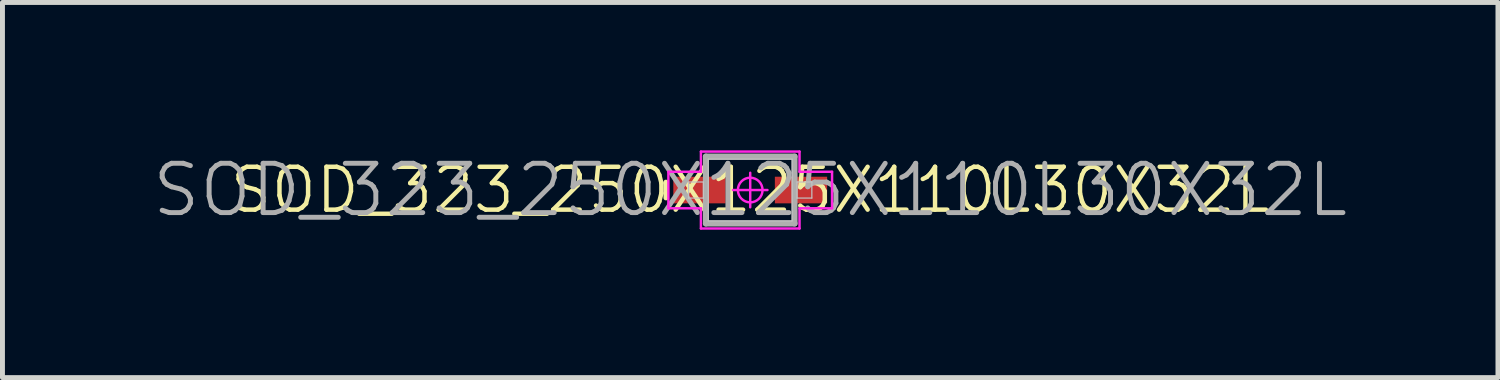
<source format=kicad_pcb>
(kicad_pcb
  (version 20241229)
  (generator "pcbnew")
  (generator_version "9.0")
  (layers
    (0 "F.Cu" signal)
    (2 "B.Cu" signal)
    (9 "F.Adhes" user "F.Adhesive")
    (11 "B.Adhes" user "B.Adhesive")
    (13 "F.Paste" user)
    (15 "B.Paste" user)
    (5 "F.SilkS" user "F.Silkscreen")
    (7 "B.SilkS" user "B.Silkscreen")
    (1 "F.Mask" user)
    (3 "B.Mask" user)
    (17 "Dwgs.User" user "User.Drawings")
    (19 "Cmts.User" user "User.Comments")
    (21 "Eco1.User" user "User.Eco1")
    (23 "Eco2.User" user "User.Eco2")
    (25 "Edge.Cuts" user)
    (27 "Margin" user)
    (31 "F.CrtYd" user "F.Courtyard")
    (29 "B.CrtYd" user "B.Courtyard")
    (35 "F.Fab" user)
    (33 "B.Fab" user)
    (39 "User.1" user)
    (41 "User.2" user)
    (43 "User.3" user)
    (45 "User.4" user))
  (footprint "SOD_323_250X125X110L30X32L"
    (layer "F.Cu")
    (at 12.169 0.805)
    (property "Reference" "SOD_323_250X125X110L30X32L" (at 0 0 0) (layer "F.Fab") (effects (font (size 1 1) (thickness 0.1))))
    (attr smd)
    (fp_line (start -1.71 0.16) (end -1.71 -0.16) (stroke (width 0.1) (type solid)) (layer "F.SilkS"))
    (fp_line (start -0.9 -0.68) (end 0.9 -0.68) (stroke (width 0.1) (type solid)) (layer "F.SilkS"))
    (fp_line (start -0.9 -0.42) (end -0.9 -0.68) (stroke (width 0.1) (type solid)) (layer "F.SilkS"))
    (fp_line (start -0.9 0.68) (end -0.9 0.42) (stroke (width 0.1) (type solid)) (layer "F.SilkS"))
    (fp_line (start 0.9 -0.68) (end 0.9 -0.42) (stroke (width 0.1) (type solid)) (layer "F.SilkS"))
    (fp_line (start 0.9 0.42) (end 0.9 0.68) (stroke (width 0.1) (type solid)) (layer "F.SilkS"))
    (fp_line (start 0.9 0.68) (end -0.9 0.68) (stroke (width 0.1) (type solid)) (layer "F.SilkS"))
    (fp_line (start -1.25 -0.163) (end -0.95 -0.163) (stroke (width 0.025) (type solid)) (layer "Dwgs.User"))
    (fp_line (start -1.25 0.163) (end -1.25 -0.163) (stroke (width 0.025) (type solid)) (layer "Dwgs.User"))
    (fp_line (start -0.95 -0.163) (end -0.95 0.163) (stroke (width 0.025) (type solid)) (layer "Dwgs.User"))
    (fp_line (start -0.95 0.163) (end -1.25 0.163) (stroke (width 0.025) (type solid)) (layer "Dwgs.User"))
    (fp_line (start -0.85 -0.625) (end 0.85 -0.625) (stroke (width 0.025) (type solid)) (layer "Dwgs.User"))
    (fp_line (start -0.85 0.625) (end -0.85 -0.625) (stroke (width 0.025) (type solid)) (layer "Dwgs.User"))
    (fp_line (start 0.85 -0.625) (end 0.85 0.625) (stroke (width 0.025) (type solid)) (layer "Dwgs.User"))
    (fp_line (start 0.85 0.625) (end -0.85 0.625) (stroke (width 0.025) (type solid)) (layer "Dwgs.User"))
    (fp_line (start 0.95 -0.163) (end 1.25 -0.163) (stroke (width 0.025) (type solid)) (layer "Dwgs.User"))
    (fp_line (start 0.95 0.163) (end 0.95 -0.163) (stroke (width 0.025) (type solid)) (layer "Dwgs.User"))
    (fp_line (start 1.25 -0.163) (end 1.25 0.163) (stroke (width 0.025) (type solid)) (layer "Dwgs.User"))
    (fp_line (start 1.25 0.163) (end 0.95 0.163) (stroke (width 0.025) (type solid)) (layer "Dwgs.User"))
    (fp_line (start -1.66 -0.37) (end -1.66 0.37) (stroke (width 0.05) (type solid)) (layer "F.CrtYd"))
    (fp_line (start -1.66 0.37) (end -1 0.37) (stroke (width 0.05) (type solid)) (layer "F.CrtYd"))
    (fp_line (start -1 -0.78) (end -1 -0.37) (stroke (width 0.05) (type solid)) (layer "F.CrtYd"))
    (fp_line (start -1 -0.37) (end -1.66 -0.37) (stroke (width 0.05) (type solid)) (layer "F.CrtYd"))
    (fp_line (start -1 0.37) (end -1 0.78) (stroke (width 0.05) (type solid)) (layer "F.CrtYd"))
    (fp_line (start -1 0.78) (end 1 0.78) (stroke (width 0.05) (type solid)) (layer "F.CrtYd"))
    (fp_line (start 0 -0.35) (end 0 0.35) (stroke (width 0.05) (type solid)) (layer "F.CrtYd"))
    (fp_line (start 0.35 0) (end -0.35 0) (stroke (width 0.05) (type solid)) (layer "F.CrtYd"))
    (fp_line (start 1 -0.78) (end -1 -0.78) (stroke (width 0.05) (type solid)) (layer "F.CrtYd"))
    (fp_line (start 1 -0.37) (end 1 -0.78) (stroke (width 0.05) (type solid)) (layer "F.CrtYd"))
    (fp_line (start 1 0.37) (end 1.66 0.37) (stroke (width 0.05) (type solid)) (layer "F.CrtYd"))
    (fp_line (start 1 0.78) (end 1 0.37) (stroke (width 0.05) (type solid)) (layer "F.CrtYd"))
    (fp_line (start 1.66 -0.37) (end 1 -0.37) (stroke (width 0.05) (type solid)) (layer "F.CrtYd"))
    (fp_line (start 1.66 0.37) (end 1.66 -0.37) (stroke (width 0.05) (type solid)) (layer "F.CrtYd"))
    (fp_circle (center 0 0) (end 0 0.25) (stroke (width 0.05) (type solid)) (fill no) (layer "F.CrtYd"))
    (fp_line (start -0.9 -0.68) (end 0.9 -0.68) (stroke (width 0.12) (type solid)) (layer "F.Fab"))
    (fp_line (start -0.9 0.68) (end -0.9 -0.68) (stroke (width 0.12) (type solid)) (layer "F.Fab"))
    (fp_line (start 0.9 -0.68) (end 0.9 0.68) (stroke (width 0.12) (type solid)) (layer "F.Fab"))
    (fp_line (start 0.9 0.68) (end -0.9 0.68) (stroke (width 0.12) (type solid)) (layer "F.Fab"))
    (fp_text user "${REFERENCE}" (at 0 0 0) (layer "F.SilkS") (effects (font (size 0.87 0.87) (thickness 0.09))))
    (pad "A" smd rect (at 1.03 0) (size 1.06 0.54) (layers "F.Cu" "F.Mask" "F.Paste"))
    (pad "C" smd rect (at -1.03 0) (size 1.06 0.54) (layers "F.Cu" "F.Mask" "F.Paste")))
  (gr_rect
    (start -3 -3)
    (end 27.338 4.61)
    (stroke (width 0.1) (type default))
    (fill no)
    (layer "Edge.Cuts")))
</source>
